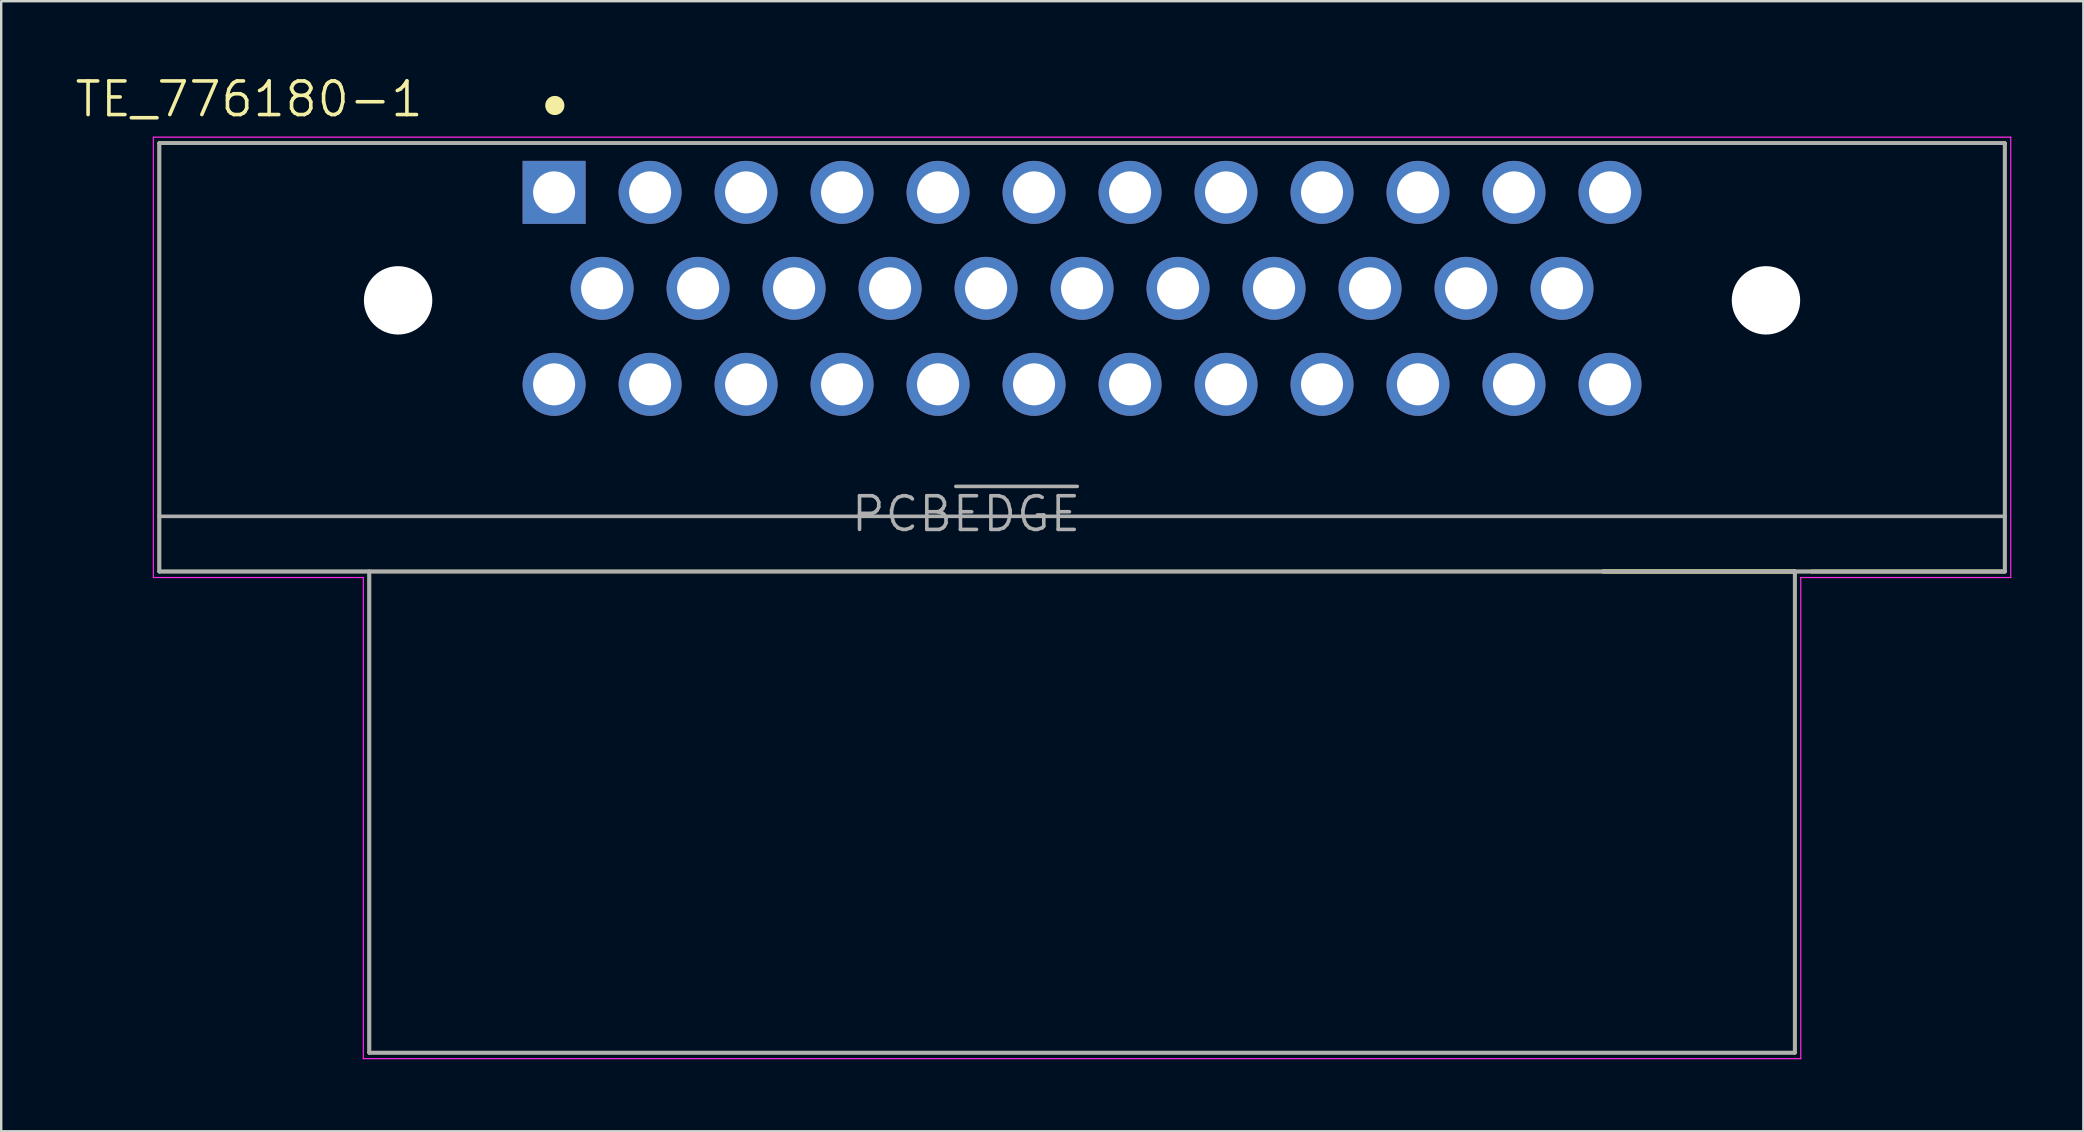
<source format=kicad_pcb>
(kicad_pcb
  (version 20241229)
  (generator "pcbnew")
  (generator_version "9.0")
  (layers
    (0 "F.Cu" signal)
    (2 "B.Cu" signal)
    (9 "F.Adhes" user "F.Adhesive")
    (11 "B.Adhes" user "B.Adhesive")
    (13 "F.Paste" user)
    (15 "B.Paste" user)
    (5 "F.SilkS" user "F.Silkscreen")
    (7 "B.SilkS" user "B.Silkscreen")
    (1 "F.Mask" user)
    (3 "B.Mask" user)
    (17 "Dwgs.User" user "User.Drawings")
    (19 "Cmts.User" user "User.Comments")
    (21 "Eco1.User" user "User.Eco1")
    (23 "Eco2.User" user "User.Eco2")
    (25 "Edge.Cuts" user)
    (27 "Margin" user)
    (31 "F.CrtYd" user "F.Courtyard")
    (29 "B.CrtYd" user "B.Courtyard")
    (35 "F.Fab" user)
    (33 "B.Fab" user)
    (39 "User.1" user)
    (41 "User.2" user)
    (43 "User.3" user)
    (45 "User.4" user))
  (footprint "TE_776180-1"
    (layer "F.Cu")
    (at 42.04 8.966)
    (property "Reference" "TE_776180-1" (at -34.71 -7.883 0) (layer "F.SilkS") (effects (font (size 1.402 1.402) (thickness 0.15))))
    (attr through_hole)
    (fp_line (start -38.45 -6.05) (end -38.45 11.8) (stroke (width 0.152) (type solid)) (layer "F.SilkS"))
    (fp_line (start -38.45 11.8) (end 38.45 11.8) (stroke (width 0.152) (type solid)) (layer "F.SilkS"))
    (fp_line (start -29.7 11.8) (end -29.7 31.85) (stroke (width 0.152) (type solid)) (layer "F.SilkS"))
    (fp_line (start -29.7 31.85) (end 29.7 31.85) (stroke (width 0.152) (type solid)) (layer "F.SilkS"))
    (fp_line (start 29.7 11.799) (end 21.704 11.799) (stroke (width 0.152) (type solid)) (layer "F.SilkS"))
    (fp_line (start 29.7 11.8) (end 21.698 11.8) (stroke (width 0.152) (type solid)) (layer "F.SilkS"))
    (fp_line (start 29.7 11.8) (end 29.7 11.799) (stroke (width 0.152) (type solid)) (layer "F.SilkS"))
    (fp_line (start 29.7 31.85) (end 29.7 11.8) (stroke (width 0.152) (type solid)) (layer "F.SilkS"))
    (fp_line (start 38.45 -6.05) (end -38.45 -6.05) (stroke (width 0.152) (type solid)) (layer "F.SilkS"))
    (fp_line (start 38.45 -6.05) (end 38.45 11.8) (stroke (width 0.152) (type solid)) (layer "F.SilkS"))
    (fp_line (start 38.45 11.8) (end 30.398 11.799) (stroke (width 0.152) (type solid)) (layer "F.SilkS"))
    (fp_circle (center -21.97 -7.62) (end -21.77 -7.62) (stroke (width 0.4) (type solid)) (fill no) (layer "F.SilkS"))
    (fp_line (start -38.7 -6.3) (end -38.7 12.05) (stroke (width 0.05) (type solid)) (layer "F.CrtYd"))
    (fp_line (start -38.7 12.05) (end -29.95 12.05) (stroke (width 0.05) (type solid)) (layer "F.CrtYd"))
    (fp_line (start -29.95 12.05) (end -29.95 32.1) (stroke (width 0.05) (type solid)) (layer "F.CrtYd"))
    (fp_line (start -29.95 32.1) (end 29.95 32.1) (stroke (width 0.05) (type solid)) (layer "F.CrtYd"))
    (fp_line (start 29.95 12.05) (end 38.7 12.05) (stroke (width 0.05) (type solid)) (layer "F.CrtYd"))
    (fp_line (start 29.95 32.1) (end 29.95 12.05) (stroke (width 0.05) (type solid)) (layer "F.CrtYd"))
    (fp_line (start 38.7 -6.3) (end -38.7 -6.3) (stroke (width 0.05) (type solid)) (layer "F.CrtYd"))
    (fp_line (start 38.7 12.05) (end 38.7 -6.3) (stroke (width 0.05) (type solid)) (layer "F.CrtYd"))
    (fp_line (start -38.45 -6.05) (end -38.45 9.5) (stroke (width 0.152) (type solid)) (layer "F.Fab"))
    (fp_line (start -38.45 9.5) (end -38.45 11.8) (stroke (width 0.152) (type solid)) (layer "F.Fab"))
    (fp_line (start -38.45 9.5) (end 38.45 9.5) (stroke (width 0.152) (type solid)) (layer "F.Fab"))
    (fp_line (start -38.45 11.8) (end -29.7 11.8) (stroke (width 0.152) (type solid)) (layer "F.Fab"))
    (fp_line (start -29.7 11.8) (end -29.7 31.85) (stroke (width 0.152) (type solid)) (layer "F.Fab"))
    (fp_line (start -29.7 11.8) (end 29.7 11.8) (stroke (width 0.152) (type solid)) (layer "F.Fab"))
    (fp_line (start -29.7 31.85) (end 29.7 31.85) (stroke (width 0.152) (type solid)) (layer "F.Fab"))
    (fp_line (start 29.7 11.8) (end 38.45 11.8) (stroke (width 0.152) (type solid)) (layer "F.Fab"))
    (fp_line (start 29.7 31.85) (end 29.7 11.8) (stroke (width 0.152) (type solid)) (layer "F.Fab"))
    (fp_line (start 38.45 -6.05) (end -38.45 -6.05) (stroke (width 0.152) (type solid)) (layer "F.Fab"))
    (fp_line (start 38.45 9.5) (end 38.45 -6.05) (stroke (width 0.152) (type solid)) (layer "F.Fab"))
    (fp_line (start 38.45 11.8) (end 38.45 9.5) (stroke (width 0.152) (type solid)) (layer "F.Fab"))
    (fp_text user "PCB~{EDGE}" (at -4.833 9.403 0) (layer "F.Fab") (effects (font (size 1.402 1.402) (thickness 0.15))))
    (pad "" np_thru_hole circle (at -28.5 0.5) (size 2.85 2.85) (drill 2.85) (layers "*.Cu" "*.Mask"))
    (pad "" np_thru_hole circle (at 28.5 0.5) (size 2.85 2.85) (drill 2.85) (layers "*.Cu" "*.Mask"))
    (pad "1" thru_hole rect (at -22 -4) (size 2.625 2.625) (drill 1.75) (layers "*.Cu" "*.Mask"))
    (pad "2" thru_hole circle (at -18 -4) (size 2.625 2.625) (drill 1.75) (layers "*.Cu" "*.Mask"))
    (pad "3" thru_hole circle (at -14 -4) (size 2.625 2.625) (drill 1.75) (layers "*.Cu" "*.Mask"))
    (pad "4" thru_hole circle (at -10 -4) (size 2.625 2.625) (drill 1.75) (layers "*.Cu" "*.Mask"))
    (pad "5" thru_hole circle (at -6 -4) (size 2.625 2.625) (drill 1.75) (layers "*.Cu" "*.Mask"))
    (pad "6" thru_hole circle (at -2 -4) (size 2.625 2.625) (drill 1.75) (layers "*.Cu" "*.Mask"))
    (pad "7" thru_hole circle (at 2 -4) (size 2.625 2.625) (drill 1.75) (layers "*.Cu" "*.Mask"))
    (pad "8" thru_hole circle (at 6 -4) (size 2.625 2.625) (drill 1.75) (layers "*.Cu" "*.Mask"))
    (pad "9" thru_hole circle (at 10 -4) (size 2.625 2.625) (drill 1.75) (layers "*.Cu" "*.Mask"))
    (pad "10" thru_hole circle (at 14 -4) (size 2.625 2.625) (drill 1.75) (layers "*.Cu" "*.Mask"))
    (pad "11" thru_hole circle (at 18 -4) (size 2.625 2.625) (drill 1.75) (layers "*.Cu" "*.Mask"))
    (pad "12" thru_hole circle (at 22 -4) (size 2.625 2.625) (drill 1.75) (layers "*.Cu" "*.Mask"))
    (pad "13" thru_hole circle (at -20 0) (size 2.625 2.625) (drill 1.75) (layers "*.Cu" "*.Mask"))
    (pad "14" thru_hole circle (at -16 0) (size 2.625 2.625) (drill 1.75) (layers "*.Cu" "*.Mask"))
    (pad "15" thru_hole circle (at -12 0) (size 2.625 2.625) (drill 1.75) (layers "*.Cu" "*.Mask"))
    (pad "16" thru_hole circle (at -8 0) (size 2.625 2.625) (drill 1.75) (layers "*.Cu" "*.Mask"))
    (pad "17" thru_hole circle (at -4 0) (size 2.625 2.625) (drill 1.75) (layers "*.Cu" "*.Mask"))
    (pad "18" thru_hole circle (at 0 0) (size 2.625 2.625) (drill 1.75) (layers "*.Cu" "*.Mask"))
    (pad "19" thru_hole circle (at 4 0) (size 2.625 2.625) (drill 1.75) (layers "*.Cu" "*.Mask"))
    (pad "20" thru_hole circle (at 8 0) (size 2.625 2.625) (drill 1.75) (layers "*.Cu" "*.Mask"))
    (pad "21" thru_hole circle (at 12 0) (size 2.625 2.625) (drill 1.75) (layers "*.Cu" "*.Mask"))
    (pad "22" thru_hole circle (at 16 0) (size 2.625 2.625) (drill 1.75) (layers "*.Cu" "*.Mask"))
    (pad "23" thru_hole circle (at 20 0) (size 2.625 2.625) (drill 1.75) (layers "*.Cu" "*.Mask"))
    (pad "24" thru_hole circle (at -22 4) (size 2.625 2.625) (drill 1.75) (layers "*.Cu" "*.Mask"))
    (pad "25" thru_hole circle (at -18 4) (size 2.625 2.625) (drill 1.75) (layers "*.Cu" "*.Mask"))
    (pad "26" thru_hole circle (at -14 4) (size 2.625 2.625) (drill 1.75) (layers "*.Cu" "*.Mask"))
    (pad "27" thru_hole circle (at -10 4) (size 2.625 2.625) (drill 1.75) (layers "*.Cu" "*.Mask"))
    (pad "28" thru_hole circle (at -6 4) (size 2.625 2.625) (drill 1.75) (layers "*.Cu" "*.Mask"))
    (pad "29" thru_hole circle (at -2 4) (size 2.625 2.625) (drill 1.75) (layers "*.Cu" "*.Mask"))
    (pad "30" thru_hole circle (at 2 4) (size 2.625 2.625) (drill 1.75) (layers "*.Cu" "*.Mask"))
    (pad "31" thru_hole circle (at 6 4) (size 2.625 2.625) (drill 1.75) (layers "*.Cu" "*.Mask"))
    (pad "32" thru_hole circle (at 10 4) (size 2.625 2.625) (drill 1.75) (layers "*.Cu" "*.Mask"))
    (pad "33" thru_hole circle (at 14 4) (size 2.625 2.625) (drill 1.75) (layers "*.Cu" "*.Mask"))
    (pad "34" thru_hole circle (at 18 4) (size 2.625 2.625) (drill 1.75) (layers "*.Cu" "*.Mask"))
    (pad "35" thru_hole circle (at 22 4) (size 2.625 2.625) (drill 1.75) (layers "*.Cu" "*.Mask")))
  (gr_rect
    (start -3 -3)
    (end 83.765 44.091)
    (stroke (width 0.1) (type default))
    (fill no)
    (layer "Edge.Cuts")))
</source>
